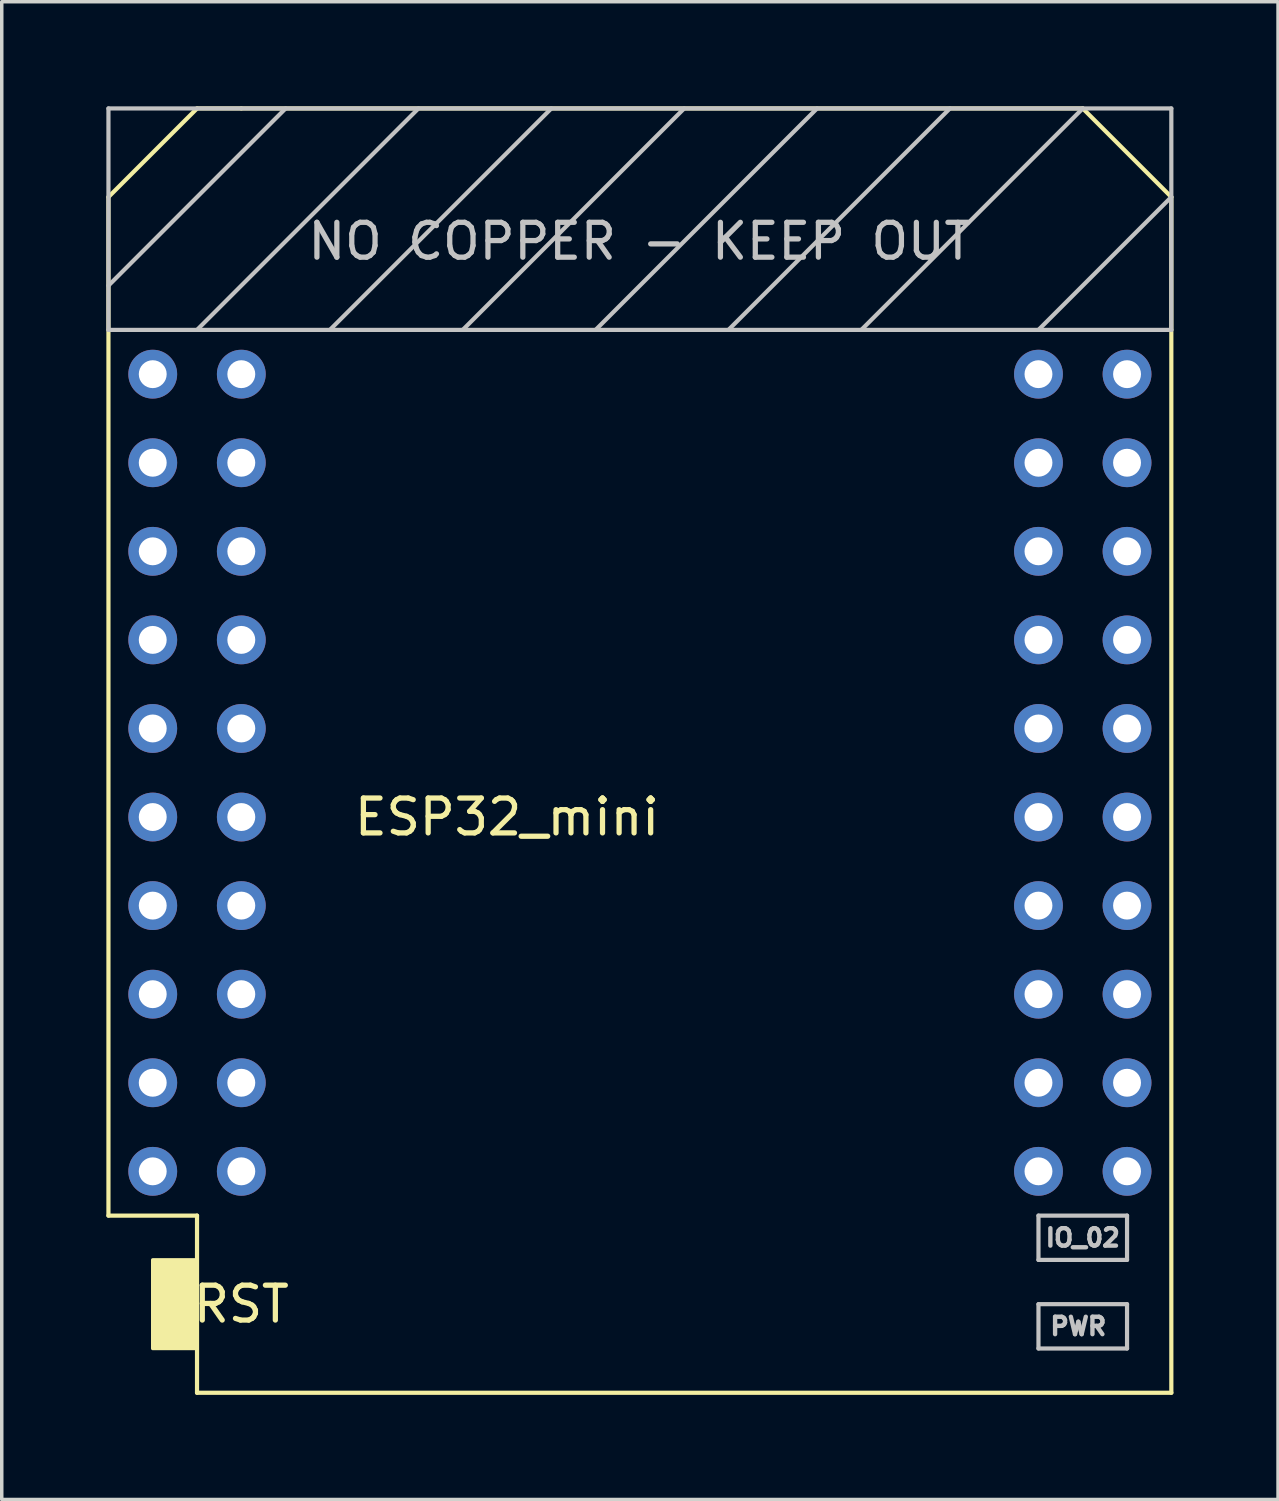
<source format=kicad_pcb>
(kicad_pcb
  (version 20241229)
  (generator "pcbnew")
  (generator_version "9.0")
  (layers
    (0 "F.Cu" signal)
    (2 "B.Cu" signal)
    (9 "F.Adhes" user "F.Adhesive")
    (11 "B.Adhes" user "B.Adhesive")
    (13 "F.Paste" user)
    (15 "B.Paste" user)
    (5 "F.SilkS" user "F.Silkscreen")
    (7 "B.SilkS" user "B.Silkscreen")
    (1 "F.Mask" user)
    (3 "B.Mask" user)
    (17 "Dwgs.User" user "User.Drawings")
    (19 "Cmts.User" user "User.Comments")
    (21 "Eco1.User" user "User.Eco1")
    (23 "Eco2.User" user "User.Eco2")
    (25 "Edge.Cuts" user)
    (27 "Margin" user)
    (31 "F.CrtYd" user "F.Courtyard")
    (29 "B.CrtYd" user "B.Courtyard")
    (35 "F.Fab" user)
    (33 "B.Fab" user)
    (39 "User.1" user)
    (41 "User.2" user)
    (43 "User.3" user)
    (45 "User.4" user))
  (footprint "ESP32_mini"
    (layer "F.Cu")
    (at 15.3 19.11)
    (property "Reference" "ESP32_mini" (at -3.81 1.27 0) (layer "F.SilkS") (effects (font (size 1 1) (thickness 0.15))))
    (attr through_hole)
    (fp_line (start -15.24 -16.51) (end -15.24 12.7) (stroke (width 0.12) (type solid)) (layer "F.SilkS"))
    (fp_line (start -15.24 12.7) (end -12.7 12.7) (stroke (width 0.12) (type solid)) (layer "F.SilkS"))
    (fp_line (start -12.7 -19.05) (end -15.24 -16.51) (stroke (width 0.12) (type solid)) (layer "F.SilkS"))
    (fp_line (start -12.7 -19.05) (end -11.43 -19.05) (stroke (width 0.12) (type solid)) (layer "F.SilkS"))
    (fp_line (start -12.7 12.7) (end -12.7 17.78) (stroke (width 0.12) (type solid)) (layer "F.SilkS"))
    (fp_line (start -12.7 17.78) (end 15.24 17.78) (stroke (width 0.12) (type solid)) (layer "F.SilkS"))
    (fp_line (start 12.7 -19.05) (end -11.43 -19.05) (stroke (width 0.12) (type solid)) (layer "F.SilkS"))
    (fp_line (start 12.7 -19.05) (end 15.24 -16.51) (stroke (width 0.12) (type solid)) (layer "F.SilkS"))
    (fp_line (start 15.24 -16.51) (end 15.24 17.78) (stroke (width 0.12) (type solid)) (layer "F.SilkS"))
    (fp_poly (pts (xy -13.97 16.51) (xy -13.97 13.97) (xy -12.7 13.97) (xy -12.7 16.51)) (stroke (width 0.1) (type solid)) (fill yes) (layer "F.SilkS"))
    (fp_line (start -15.24 -19.05) (end -15.24 -12.7) (stroke (width 0.12) (type solid)) (layer "Dwgs.User"))
    (fp_line (start -15.24 -12.7) (end 15.24 -12.7) (stroke (width 0.12) (type solid)) (layer "Dwgs.User"))
    (fp_line (start -10.16 -19.05) (end -15.24 -13.97) (stroke (width 0.12) (type solid)) (layer "Dwgs.User"))
    (fp_line (start -6.35 -19.05) (end -12.7 -12.7) (stroke (width 0.12) (type solid)) (layer "Dwgs.User"))
    (fp_line (start -2.54 -19.05) (end -8.89 -12.7) (stroke (width 0.12) (type solid)) (layer "Dwgs.User"))
    (fp_line (start 1.27 -19.05) (end -5.08 -12.7) (stroke (width 0.12) (type solid)) (layer "Dwgs.User"))
    (fp_line (start 5.08 -19.05) (end -1.27 -12.7) (stroke (width 0.12) (type solid)) (layer "Dwgs.User"))
    (fp_line (start 8.89 -19.05) (end 2.54 -12.7) (stroke (width 0.12) (type solid)) (layer "Dwgs.User"))
    (fp_line (start 11.43 12.7) (end 11.43 13.97) (stroke (width 0.12) (type solid)) (layer "Dwgs.User"))
    (fp_line (start 11.43 13.97) (end 13.97 13.97) (stroke (width 0.12) (type solid)) (layer "Dwgs.User"))
    (fp_line (start 11.43 15.24) (end 13.97 15.24) (stroke (width 0.12) (type solid)) (layer "Dwgs.User"))
    (fp_line (start 11.43 16.51) (end 11.43 15.24) (stroke (width 0.12) (type solid)) (layer "Dwgs.User"))
    (fp_line (start 12.7 -19.05) (end 6.35 -12.7) (stroke (width 0.12) (type solid)) (layer "Dwgs.User"))
    (fp_line (start 13.97 12.7) (end 11.43 12.7) (stroke (width 0.12) (type solid)) (layer "Dwgs.User"))
    (fp_line (start 13.97 13.97) (end 13.97 12.7) (stroke (width 0.12) (type solid)) (layer "Dwgs.User"))
    (fp_line (start 13.97 15.24) (end 13.97 16.51) (stroke (width 0.12) (type solid)) (layer "Dwgs.User"))
    (fp_line (start 13.97 16.51) (end 11.43 16.51) (stroke (width 0.12) (type solid)) (layer "Dwgs.User"))
    (fp_line (start 15.24 -19.05) (end -15.24 -19.05) (stroke (width 0.12) (type solid)) (layer "Dwgs.User"))
    (fp_line (start 15.24 -16.51) (end 11.43 -12.7) (stroke (width 0.12) (type solid)) (layer "Dwgs.User"))
    (fp_line (start 15.24 -12.7) (end 15.24 -19.05) (stroke (width 0.12) (type solid)) (layer "Dwgs.User"))
    (fp_text user "RST" (at -11.43 15.24 0) (layer "F.SilkS") (effects (font (size 1 1) (thickness 0.15))))
    (fp_text user "IO_02" (at 12.7 13.335 0) (layer "Dwgs.User") (effects (font (size 0.5 0.5) (thickness 0.125))))
    (fp_text user "PWR" (at 12.573 15.875 0) (layer "Dwgs.User") (effects (font (size 0.5 0.5) (thickness 0.125))))
    (fp_text user "NO COPPER - KEEP OUT" (at 0 -15.24 0) (layer "Dwgs.User") (effects (font (size 1 1) (thickness 0.15))))
    (pad "1" thru_hole circle (at -13.97 -11.43 270) (size 1.4 1.4) (drill 0.8) (layers "*.Cu" "*.Mask"))
    (pad "2" thru_hole circle (at -11.43 -11.43 270) (size 1.4 1.4) (drill 0.8) (layers "*.Cu" "*.Mask"))
    (pad "3" thru_hole circle (at -13.97 -8.89 270) (size 1.4 1.4) (drill 0.8) (layers "*.Cu" "*.Mask"))
    (pad "4" thru_hole circle (at -11.43 -8.89 270) (size 1.4 1.4) (drill 0.8) (layers "*.Cu" "*.Mask"))
    (pad "5" thru_hole circle (at -13.97 -6.35 270) (size 1.4 1.4) (drill 0.8) (layers "*.Cu" "*.Mask"))
    (pad "6" thru_hole circle (at -11.43 -6.35 270) (size 1.4 1.4) (drill 0.8) (layers "*.Cu" "*.Mask"))
    (pad "7" thru_hole circle (at -13.97 -3.81 270) (size 1.4 1.4) (drill 0.8) (layers "*.Cu" "*.Mask"))
    (pad "8" thru_hole circle (at -11.43 -3.81 270) (size 1.4 1.4) (drill 0.8) (layers "*.Cu" "*.Mask"))
    (pad "9" thru_hole circle (at -13.97 -1.27 270) (size 1.4 1.4) (drill 0.8) (layers "*.Cu" "*.Mask"))
    (pad "10" thru_hole circle (at -11.43 -1.27 270) (size 1.4 1.4) (drill 0.8) (layers "*.Cu" "*.Mask"))
    (pad "11" thru_hole circle (at -13.97 1.27 270) (size 1.4 1.4) (drill 0.8) (layers "*.Cu" "*.Mask"))
    (pad "12" thru_hole circle (at -11.43 1.27 270) (size 1.4 1.4) (drill 0.8) (layers "*.Cu" "*.Mask"))
    (pad "13" thru_hole circle (at -13.97 3.81 270) (size 1.4 1.4) (drill 0.8) (layers "*.Cu" "*.Mask"))
    (pad "14" thru_hole circle (at -11.43 3.81 270) (size 1.4 1.4) (drill 0.8) (layers "*.Cu" "*.Mask"))
    (pad "15" thru_hole circle (at -13.97 6.35 270) (size 1.4 1.4) (drill 0.8) (layers "*.Cu" "*.Mask"))
    (pad "16" thru_hole circle (at -11.43 6.35 270) (size 1.4 1.4) (drill 0.8) (layers "*.Cu" "*.Mask"))
    (pad "17" thru_hole circle (at -13.97 8.89 270) (size 1.4 1.4) (drill 0.8) (layers "*.Cu" "*.Mask"))
    (pad "18" thru_hole circle (at -11.43 8.89 270) (size 1.4 1.4) (drill 0.8) (layers "*.Cu" "*.Mask"))
    (pad "19" thru_hole circle (at -13.97 11.43 270) (size 1.4 1.4) (drill 0.8) (layers "*.Cu" "*.Mask"))
    (pad "20" thru_hole circle (at -11.43 11.43 270) (size 1.4 1.4) (drill 0.8) (layers "*.Cu" "*.Mask"))
    (pad "21" thru_hole circle (at 11.43 -11.43 270) (size 1.4 1.4) (drill 0.8) (layers "*.Cu" "*.Mask"))
    (pad "22" thru_hole circle (at 13.97 -11.43 270) (size 1.4 1.4) (drill 0.8) (layers "*.Cu" "*.Mask"))
    (pad "23" thru_hole circle (at 11.43 -8.89 270) (size 1.4 1.4) (drill 0.8) (layers "*.Cu" "*.Mask"))
    (pad "24" thru_hole circle (at 13.97 -8.89 270) (size 1.4 1.4) (drill 0.8) (layers "*.Cu" "*.Mask"))
    (pad "25" thru_hole circle (at 11.43 -6.35 270) (size 1.4 1.4) (drill 0.8) (layers "*.Cu" "*.Mask"))
    (pad "26" thru_hole circle (at 13.97 -6.35 270) (size 1.4 1.4) (drill 0.8) (layers "*.Cu" "*.Mask"))
    (pad "27" thru_hole circle (at 11.43 -3.81 270) (size 1.4 1.4) (drill 0.8) (layers "*.Cu" "*.Mask"))
    (pad "28" thru_hole circle (at 13.97 -3.81 270) (size 1.4 1.4) (drill 0.8) (layers "*.Cu" "*.Mask"))
    (pad "29" thru_hole circle (at 11.43 -1.27 270) (size 1.4 1.4) (drill 0.8) (layers "*.Cu" "*.Mask"))
    (pad "30" thru_hole circle (at 13.97 -1.27 270) (size 1.4 1.4) (drill 0.8) (layers "*.Cu" "*.Mask"))
    (pad "31" thru_hole circle (at 11.43 1.27 270) (size 1.4 1.4) (drill 0.8) (layers "*.Cu" "*.Mask"))
    (pad "32" thru_hole circle (at 13.97 1.27 270) (size 1.4 1.4) (drill 0.8) (layers "*.Cu" "*.Mask"))
    (pad "33" thru_hole circle (at 11.43 3.81 270) (size 1.4 1.4) (drill 0.8) (layers "*.Cu" "*.Mask"))
    (pad "34" thru_hole circle (at 13.97 3.81 270) (size 1.4 1.4) (drill 0.8) (layers "*.Cu" "*.Mask"))
    (pad "35" thru_hole circle (at 11.43 6.35 270) (size 1.4 1.4) (drill 0.8) (layers "*.Cu" "*.Mask"))
    (pad "36" thru_hole circle (at 13.97 6.35 270) (size 1.4 1.4) (drill 0.8) (layers "*.Cu" "*.Mask"))
    (pad "37" thru_hole circle (at 11.43 8.89 270) (size 1.4 1.4) (drill 0.8) (layers "*.Cu" "*.Mask"))
    (pad "38" thru_hole circle (at 13.97 8.89 270) (size 1.4 1.4) (drill 0.8) (layers "*.Cu" "*.Mask"))
    (pad "39" thru_hole circle (at 11.43 11.43 270) (size 1.4 1.4) (drill 0.8) (layers "*.Cu" "*.Mask"))
    (pad "40" thru_hole circle (at 13.97 11.43 270) (size 1.4 1.4) (drill 0.8) (layers "*.Cu" "*.Mask")))
  (gr_rect
    (start -3 -3)
    (end 33.6 39.95)
    (stroke (width 0.1) (type default))
    (fill no)
    (layer "Edge.Cuts")))
</source>
